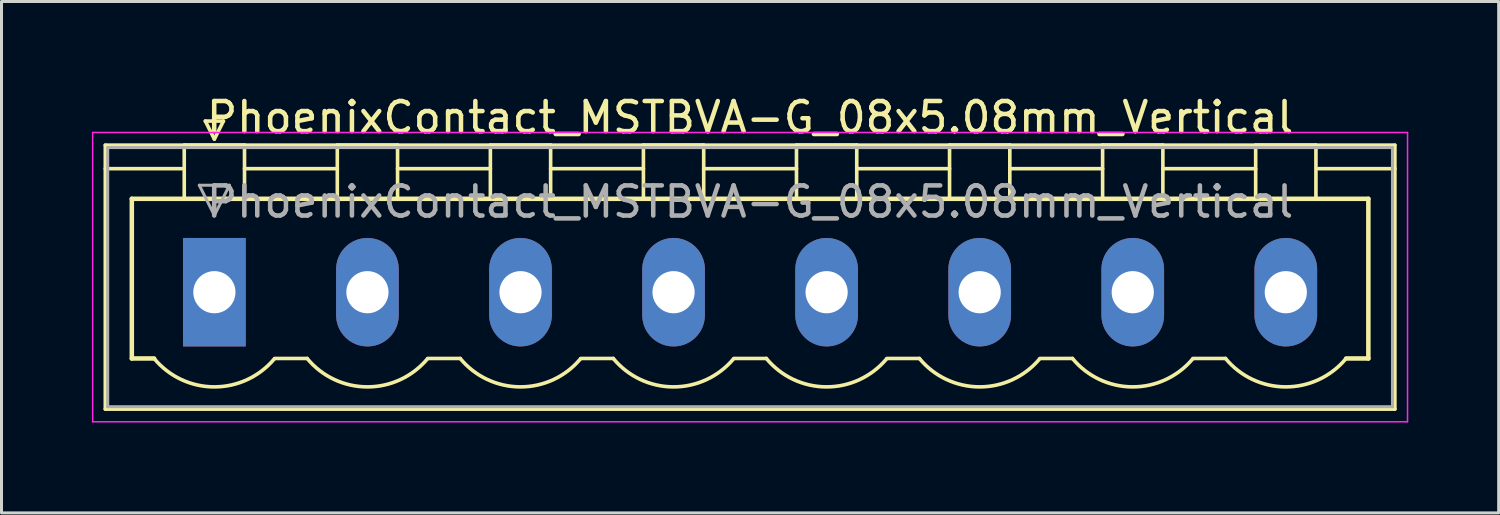
<source format=kicad_pcb>
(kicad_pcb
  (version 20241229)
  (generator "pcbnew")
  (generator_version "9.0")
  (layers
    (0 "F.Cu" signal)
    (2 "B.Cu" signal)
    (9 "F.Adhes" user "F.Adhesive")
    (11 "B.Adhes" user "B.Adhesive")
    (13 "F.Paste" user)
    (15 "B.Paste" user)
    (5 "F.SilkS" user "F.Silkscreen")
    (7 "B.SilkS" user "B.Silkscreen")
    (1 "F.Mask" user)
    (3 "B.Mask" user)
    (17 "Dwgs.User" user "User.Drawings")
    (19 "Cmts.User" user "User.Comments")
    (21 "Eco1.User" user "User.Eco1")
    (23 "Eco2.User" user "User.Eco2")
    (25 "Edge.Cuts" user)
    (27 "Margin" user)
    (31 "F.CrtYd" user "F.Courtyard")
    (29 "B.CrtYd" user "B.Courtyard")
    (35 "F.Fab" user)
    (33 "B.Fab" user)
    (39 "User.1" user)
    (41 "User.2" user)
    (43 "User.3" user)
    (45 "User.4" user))
  (footprint "PhoenixContact_MSTBVA-G_08x5.08mm_Vertical"
    (layer "F.Cu")
    (at 4.065 6.648)
    (property "Reference" "PhoenixContact_MSTBVA-G_08x5.08mm_Vertical" (at 17.78 -5.8 0) (layer "F.SilkS") (effects (font (size 1 1) (thickness 0.15))))
    (attr through_hole)
    (fp_line (start -3.62 -4.88) (end -3.62 3.88) (stroke (width 0.12) (type solid)) (layer "F.SilkS"))
    (fp_line (start -3.62 -4.1) (end -1.08 -4.1) (stroke (width 0.12) (type solid)) (layer "F.SilkS"))
    (fp_line (start -3.62 3.88) (end 39.18 3.88) (stroke (width 0.12) (type solid)) (layer "F.SilkS"))
    (fp_line (start -2.74 -3.1) (end 38.3 -3.1) (stroke (width 0.15) (type solid)) (layer "F.SilkS"))
    (fp_line (start -2.74 2.2) (end -2.74 -3.1) (stroke (width 0.15) (type solid)) (layer "F.SilkS"))
    (fp_line (start -2 2.2) (end -2.74 2.2) (stroke (width 0.15) (type solid)) (layer "F.SilkS"))
    (fp_line (start -1 -4.88) (end 1 -4.88) (stroke (width 0.12) (type solid)) (layer "F.SilkS"))
    (fp_line (start -1 -3.1) (end -1 -4.88) (stroke (width 0.12) (type solid)) (layer "F.SilkS"))
    (fp_line (start -0.3 -5.68) (end 0.3 -5.68) (stroke (width 0.12) (type solid)) (layer "F.SilkS"))
    (fp_line (start 0 -5.08) (end -0.3 -5.68) (stroke (width 0.12) (type solid)) (layer "F.SilkS"))
    (fp_line (start 0.3 -5.68) (end 0 -5.08) (stroke (width 0.12) (type solid)) (layer "F.SilkS"))
    (fp_line (start 1 -4.88) (end 1 -3.1) (stroke (width 0.12) (type solid)) (layer "F.SilkS"))
    (fp_line (start 1 -4.1) (end 4.08 -4.1) (stroke (width 0.12) (type solid)) (layer "F.SilkS"))
    (fp_line (start 1 -3.1) (end -1 -3.1) (stroke (width 0.12) (type solid)) (layer "F.SilkS"))
    (fp_line (start 2 2.2) (end 3.08 2.2) (stroke (width 0.12) (type solid)) (layer "F.SilkS"))
    (fp_line (start 4.08 -4.88) (end 6.08 -4.88) (stroke (width 0.12) (type solid)) (layer "F.SilkS"))
    (fp_line (start 4.08 -3.1) (end 4.08 -4.88) (stroke (width 0.12) (type solid)) (layer "F.SilkS"))
    (fp_line (start 6.08 -4.88) (end 6.08 -3.1) (stroke (width 0.12) (type solid)) (layer "F.SilkS"))
    (fp_line (start 6.08 -4.1) (end 9.16 -4.1) (stroke (width 0.12) (type solid)) (layer "F.SilkS"))
    (fp_line (start 6.08 -3.1) (end 4.08 -3.1) (stroke (width 0.12) (type solid)) (layer "F.SilkS"))
    (fp_line (start 7.08 2.2) (end 8.16 2.2) (stroke (width 0.12) (type solid)) (layer "F.SilkS"))
    (fp_line (start 9.16 -4.88) (end 11.16 -4.88) (stroke (width 0.12) (type solid)) (layer "F.SilkS"))
    (fp_line (start 9.16 -3.1) (end 9.16 -4.88) (stroke (width 0.12) (type solid)) (layer "F.SilkS"))
    (fp_line (start 11.16 -4.88) (end 11.16 -3.1) (stroke (width 0.12) (type solid)) (layer "F.SilkS"))
    (fp_line (start 11.16 -4.1) (end 14.24 -4.1) (stroke (width 0.12) (type solid)) (layer "F.SilkS"))
    (fp_line (start 11.16 -3.1) (end 9.16 -3.1) (stroke (width 0.12) (type solid)) (layer "F.SilkS"))
    (fp_line (start 12.16 2.2) (end 13.24 2.2) (stroke (width 0.12) (type solid)) (layer "F.SilkS"))
    (fp_line (start 14.24 -4.88) (end 16.24 -4.88) (stroke (width 0.12) (type solid)) (layer "F.SilkS"))
    (fp_line (start 14.24 -3.1) (end 14.24 -4.88) (stroke (width 0.12) (type solid)) (layer "F.SilkS"))
    (fp_line (start 16.24 -4.88) (end 16.24 -3.1) (stroke (width 0.12) (type solid)) (layer "F.SilkS"))
    (fp_line (start 16.24 -4.1) (end 19.32 -4.1) (stroke (width 0.12) (type solid)) (layer "F.SilkS"))
    (fp_line (start 16.24 -3.1) (end 14.24 -3.1) (stroke (width 0.12) (type solid)) (layer "F.SilkS"))
    (fp_line (start 17.24 2.2) (end 18.32 2.2) (stroke (width 0.12) (type solid)) (layer "F.SilkS"))
    (fp_line (start 19.32 -4.88) (end 21.32 -4.88) (stroke (width 0.12) (type solid)) (layer "F.SilkS"))
    (fp_line (start 19.32 -3.1) (end 19.32 -4.88) (stroke (width 0.12) (type solid)) (layer "F.SilkS"))
    (fp_line (start 21.32 -4.88) (end 21.32 -3.1) (stroke (width 0.12) (type solid)) (layer "F.SilkS"))
    (fp_line (start 21.32 -4.1) (end 24.4 -4.1) (stroke (width 0.12) (type solid)) (layer "F.SilkS"))
    (fp_line (start 21.32 -3.1) (end 19.32 -3.1) (stroke (width 0.12) (type solid)) (layer "F.SilkS"))
    (fp_line (start 22.32 2.2) (end 23.4 2.2) (stroke (width 0.12) (type solid)) (layer "F.SilkS"))
    (fp_line (start 24.4 -4.88) (end 26.4 -4.88) (stroke (width 0.12) (type solid)) (layer "F.SilkS"))
    (fp_line (start 24.4 -3.1) (end 24.4 -4.88) (stroke (width 0.12) (type solid)) (layer "F.SilkS"))
    (fp_line (start 26.4 -4.88) (end 26.4 -3.1) (stroke (width 0.12) (type solid)) (layer "F.SilkS"))
    (fp_line (start 26.4 -4.1) (end 29.48 -4.1) (stroke (width 0.12) (type solid)) (layer "F.SilkS"))
    (fp_line (start 26.4 -3.1) (end 24.4 -3.1) (stroke (width 0.12) (type solid)) (layer "F.SilkS"))
    (fp_line (start 27.4 2.2) (end 28.48 2.2) (stroke (width 0.12) (type solid)) (layer "F.SilkS"))
    (fp_line (start 29.48 -4.88) (end 31.48 -4.88) (stroke (width 0.12) (type solid)) (layer "F.SilkS"))
    (fp_line (start 29.48 -3.1) (end 29.48 -4.88) (stroke (width 0.12) (type solid)) (layer "F.SilkS"))
    (fp_line (start 31.48 -4.88) (end 31.48 -3.1) (stroke (width 0.12) (type solid)) (layer "F.SilkS"))
    (fp_line (start 31.48 -4.1) (end 34.56 -4.1) (stroke (width 0.12) (type solid)) (layer "F.SilkS"))
    (fp_line (start 31.48 -3.1) (end 29.48 -3.1) (stroke (width 0.12) (type solid)) (layer "F.SilkS"))
    (fp_line (start 32.48 2.2) (end 33.56 2.2) (stroke (width 0.12) (type solid)) (layer "F.SilkS"))
    (fp_line (start 34.56 -4.88) (end 36.56 -4.88) (stroke (width 0.12) (type solid)) (layer "F.SilkS"))
    (fp_line (start 34.56 -3.1) (end 34.56 -4.88) (stroke (width 0.12) (type solid)) (layer "F.SilkS"))
    (fp_line (start 36.56 -4.88) (end 36.56 -3.1) (stroke (width 0.12) (type solid)) (layer "F.SilkS"))
    (fp_line (start 36.56 -3.1) (end 34.56 -3.1) (stroke (width 0.12) (type solid)) (layer "F.SilkS"))
    (fp_line (start 38.3 -3.1) (end 38.3 2.2) (stroke (width 0.15) (type solid)) (layer "F.SilkS"))
    (fp_line (start 38.3 2.2) (end 37.56 2.2) (stroke (width 0.15) (type solid)) (layer "F.SilkS"))
    (fp_line (start 39.18 -4.88) (end -3.62 -4.88) (stroke (width 0.12) (type solid)) (layer "F.SilkS"))
    (fp_line (start 39.18 -4.1) (end 36.64 -4.1) (stroke (width 0.12) (type solid)) (layer "F.SilkS"))
    (fp_line (start 39.18 3.88) (end 39.18 -4.88) (stroke (width 0.12) (type solid)) (layer "F.SilkS"))
    (fp_arc (start 1.986842 2.215821) (mid -0.010289 3.142758) (end -2 2.2) (stroke (width 0.12) (type solid)) (layer "F.SilkS"))
    (fp_arc (start 7.066842 2.215821) (mid 5.069711 3.142758) (end 3.08 2.2) (stroke (width 0.12) (type solid)) (layer "F.SilkS"))
    (fp_arc (start 12.146842 2.215821) (mid 10.149711 3.142758) (end 8.16 2.2) (stroke (width 0.12) (type solid)) (layer "F.SilkS"))
    (fp_arc (start 17.226842 2.215821) (mid 15.229711 3.142758) (end 13.24 2.2) (stroke (width 0.12) (type solid)) (layer "F.SilkS"))
    (fp_arc (start 22.306842 2.215821) (mid 20.309711 3.142758) (end 18.32 2.2) (stroke (width 0.12) (type solid)) (layer "F.SilkS"))
    (fp_arc (start 27.386842 2.215821) (mid 25.389711 3.142758) (end 23.4 2.2) (stroke (width 0.12) (type solid)) (layer "F.SilkS"))
    (fp_arc (start 32.466842 2.215821) (mid 30.469711 3.142758) (end 28.48 2.2) (stroke (width 0.12) (type solid)) (layer "F.SilkS"))
    (fp_arc (start 37.546842 2.215821) (mid 35.549711 3.142758) (end 33.56 2.2) (stroke (width 0.12) (type solid)) (layer "F.SilkS"))
    (fp_line (start -4.04 -5.3) (end -4.04 4.3) (stroke (width 0.05) (type solid)) (layer "F.CrtYd"))
    (fp_line (start -4.04 4.3) (end 39.6 4.3) (stroke (width 0.05) (type solid)) (layer "F.CrtYd"))
    (fp_line (start 39.6 -5.3) (end -4.04 -5.3) (stroke (width 0.05) (type solid)) (layer "F.CrtYd"))
    (fp_line (start 39.6 4.3) (end 39.6 -5.3) (stroke (width 0.05) (type solid)) (layer "F.CrtYd"))
    (fp_line (start -3.54 -4.8) (end -3.54 3.8) (stroke (width 0.1) (type solid)) (layer "F.Fab"))
    (fp_line (start -3.54 3.8) (end 39.1 3.8) (stroke (width 0.1) (type solid)) (layer "F.Fab"))
    (fp_line (start -0.5 -3.55) (end 0.5 -3.55) (stroke (width 0.1) (type solid)) (layer "F.Fab"))
    (fp_line (start 0 -2.55) (end -0.5 -3.55) (stroke (width 0.1) (type solid)) (layer "F.Fab"))
    (fp_line (start 0.5 -3.55) (end 0 -2.55) (stroke (width 0.1) (type solid)) (layer "F.Fab"))
    (fp_line (start 39.1 -4.8) (end -3.54 -4.8) (stroke (width 0.1) (type solid)) (layer "F.Fab"))
    (fp_line (start 39.1 3.8) (end 39.1 -4.8) (stroke (width 0.1) (type solid)) (layer "F.Fab"))
    (fp_text user "${REFERENCE}" (at 17.78 -3 0) (layer "F.Fab") (effects (font (size 1 1) (thickness 0.15))))
    (pad "1" thru_hole rect (at 0 0) (size 2.08 3.6) (drill 1.4) (layers "*.Cu" "*.Mask"))
    (pad "2" thru_hole oval (at 5.08 0) (size 2.08 3.6) (drill 1.4) (layers "*.Cu" "*.Mask"))
    (pad "3" thru_hole oval (at 10.16 0) (size 2.08 3.6) (drill 1.4) (layers "*.Cu" "*.Mask"))
    (pad "4" thru_hole oval (at 15.24 0) (size 2.08 3.6) (drill 1.4) (layers "*.Cu" "*.Mask"))
    (pad "5" thru_hole oval (at 20.32 0) (size 2.08 3.6) (drill 1.4) (layers "*.Cu" "*.Mask"))
    (pad "6" thru_hole oval (at 25.4 0) (size 2.08 3.6) (drill 1.4) (layers "*.Cu" "*.Mask"))
    (pad "7" thru_hole oval (at 30.48 0) (size 2.08 3.6) (drill 1.4) (layers "*.Cu" "*.Mask"))
    (pad "8" thru_hole oval (at 35.56 0) (size 2.08 3.6) (drill 1.4) (layers "*.Cu" "*.Mask")))
  (gr_rect
    (start -3 -3)
    (end 46.69 13.973)
    (stroke (width 0.1) (type default))
    (fill no)
    (layer "Edge.Cuts")))
</source>
